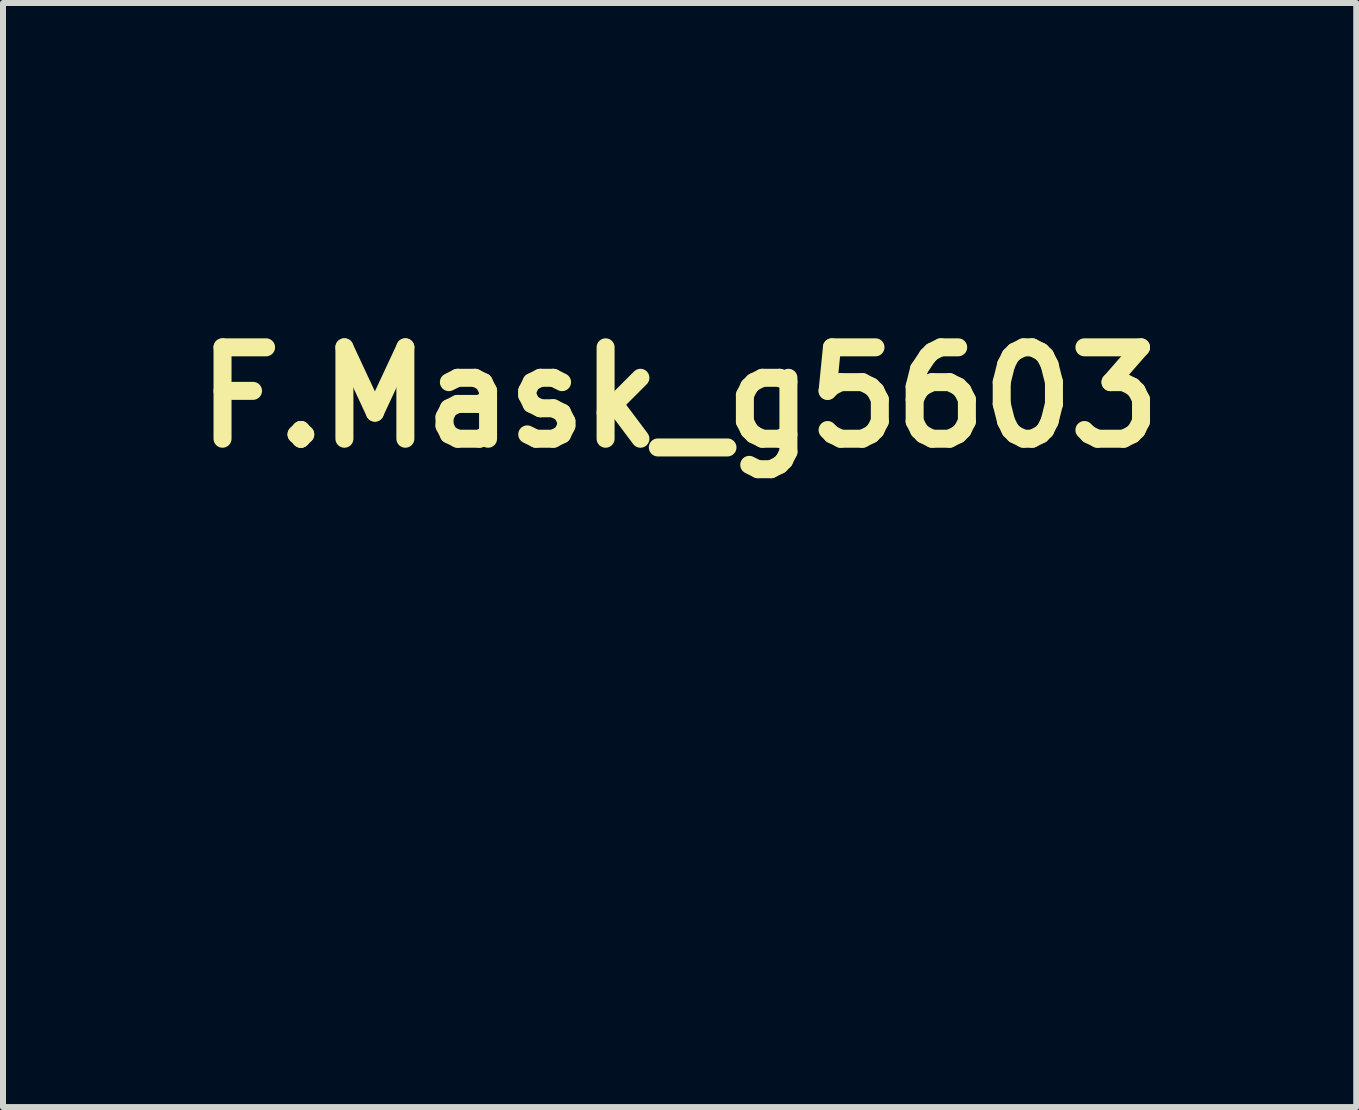
<source format=kicad_pcb>
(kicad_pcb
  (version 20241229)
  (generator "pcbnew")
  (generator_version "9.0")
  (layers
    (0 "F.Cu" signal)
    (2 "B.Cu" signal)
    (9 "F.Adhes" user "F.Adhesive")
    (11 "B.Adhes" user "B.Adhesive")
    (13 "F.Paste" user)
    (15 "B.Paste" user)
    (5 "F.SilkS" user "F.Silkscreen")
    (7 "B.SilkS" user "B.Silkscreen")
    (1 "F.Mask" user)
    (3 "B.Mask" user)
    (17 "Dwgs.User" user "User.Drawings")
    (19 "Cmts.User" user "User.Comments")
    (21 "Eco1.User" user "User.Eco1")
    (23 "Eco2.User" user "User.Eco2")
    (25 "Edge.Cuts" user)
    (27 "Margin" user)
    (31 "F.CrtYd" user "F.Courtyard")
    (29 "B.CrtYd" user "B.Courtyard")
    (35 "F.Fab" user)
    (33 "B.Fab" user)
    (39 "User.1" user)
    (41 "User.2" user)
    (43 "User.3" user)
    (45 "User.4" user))
  (footprint "F.Mask_g5603"
    (layer "F.Cu")
    (at 8.28 3.575)
    (property "Reference" "F.Mask_g5603" (at 0 0 0) (layer "F.SilkS") (effects (font (size 1.524 1.524) (thickness 0.3))))
    (attr through_hole)
    (fp_poly (pts (xy 8.165 3.354) (xy 8.189 3.356) (xy 8.203 3.359) (xy 8.204 3.36) (xy 8.2 3.372) (xy 8.19 3.395) (xy 8.176 3.426) (xy 8.159 3.459) (xy 8.142 3.493) (xy 8.126 3.523) (xy 8.113 3.544) (xy 8.109 3.55) (xy 8.093 3.568) (xy 8.081 3.571) (xy 8.071 3.56) (xy 8.07 3.558) (xy 8.065 3.543) (xy 8.059 3.517) (xy 8.053 3.484) (xy 8.047 3.449) (xy 8.042 3.415) (xy 8.038 3.386) (xy 8.038 3.368) (xy 8.039 3.363) (xy 8.05 3.359) (xy 8.073 3.357) (xy 8.102 3.355) (xy 8.135 3.354) (xy 8.165 3.354)) (stroke (width 0.01) (type solid)) (fill yes) (layer "F.Mask"))
    (fp_poly (pts (xy 0.362 4.26) (xy 0.746 4.26) (xy 1.126 4.26) (xy 1.501 4.26) (xy 1.871 4.26) (xy 2.232 4.26) (xy 2.584 4.26) (xy 2.926 4.26) (xy 3.255 4.261) (xy 3.57 4.261) (xy 3.866 4.261) (xy 7.755 4.263) (xy 7.72 4.322) (xy 7.673 4.402) (xy 7.628 4.478) (xy 7.586 4.548) (xy 7.548 4.611) (xy 7.515 4.665) (xy 7.489 4.707) (xy 7.479 4.722) (xy 7.434 4.792) (xy -7.493 4.792) (xy -7.524 4.743) (xy -7.537 4.724) (xy -7.557 4.692) (xy -7.582 4.65) (xy -7.612 4.6) (xy -7.645 4.546) (xy -7.679 4.489) (xy -7.685 4.479) (xy -7.815 4.263) (xy -3.919 4.261) (xy -3.619 4.261) (xy -3.303 4.261) (xy -2.973 4.26) (xy -2.631 4.26) (xy -2.278 4.26) (xy -1.916 4.26) (xy -1.547 4.26) (xy -1.171 4.26) (xy -0.791 4.26) (xy -0.407 4.26) (xy -0.023 4.26) (xy 0.362 4.26)) (stroke (width 0.01) (type solid)) (fill yes) (layer "F.Mask"))
    (fp_poly (pts (xy 7.758 3.401) (xy 7.762 3.436) (xy 7.766 3.478) (xy 7.769 3.512) (xy 7.775 3.573) (xy -8.162 3.573) (xy -8.213 3.471) (xy -8.231 3.433) (xy -8.247 3.4) (xy -8.258 3.376) (xy -8.263 3.363) (xy -8.263 3.361) (xy -8.256 3.361) (xy -8.232 3.36) (xy -8.193 3.36) (xy -8.138 3.359) (xy -8.068 3.359) (xy -7.982 3.358) (xy -7.879 3.358) (xy -7.761 3.358) (xy -7.627 3.357) (xy -7.477 3.357) (xy -7.311 3.356) (xy -7.129 3.356) (xy -6.931 3.356) (xy -6.717 3.355) (xy -6.487 3.355) (xy -6.24 3.355) (xy -5.977 3.355) (xy -5.698 3.354) (xy -5.403 3.354) (xy -5.091 3.354) (xy -4.762 3.354) (xy -4.417 3.354) (xy -4.056 3.353) (xy -3.678 3.353) (xy -3.284 3.353) (xy -2.872 3.353) (xy -2.445 3.353) (xy -2 3.353) (xy -1.538 3.353) (xy -1.06 3.353) (xy -0.565 3.353) (xy -0.255 3.353) (xy 7.753 3.353) (xy 7.758 3.401)) (stroke (width 0.01) (type solid)) (fill yes) (layer "F.Mask"))
    (fp_poly (pts (xy -1.102 -3.555) (xy -0.927 -3.525) (xy -0.754 -3.478) (xy -0.585 -3.416) (xy -0.422 -3.338) (xy -0.264 -3.245) (xy -0.248 -3.234) (xy -0.1 -3.125) (xy 0.037 -3.005) (xy 0.162 -2.873) (xy 0.275 -2.731) (xy 0.374 -2.581) (xy 0.461 -2.422) (xy 0.534 -2.256) (xy 0.593 -2.085) (xy 0.638 -1.908) (xy 0.668 -1.727) (xy 0.682 -1.542) (xy 0.681 -1.356) (xy 0.664 -1.168) (xy 0.66 -1.143) (xy 0.625 -0.956) (xy 0.573 -0.775) (xy 0.506 -0.599) (xy 0.424 -0.431) (xy 0.328 -0.271) (xy 0.217 -0.12) (xy 0.094 0.021) (xy -0.043 0.153) (xy -0.08 0.185) (xy -0.217 0.288) (xy -0.364 0.381) (xy -0.521 0.461) (xy -0.684 0.528) (xy -0.851 0.581) (xy -1.02 0.618) (xy -1.136 0.635) (xy -1.182 0.638) (xy -1.24 0.641) (xy -1.305 0.642) (xy -1.374 0.642) (xy -1.442 0.641) (xy -1.504 0.639) (xy -1.555 0.636) (xy -1.575 0.634) (xy -1.751 0.606) (xy -1.921 0.562) (xy -2.087 0.503) (xy -2.246 0.43) (xy -2.398 0.344) (xy -2.542 0.244) (xy -2.678 0.132) (xy -2.804 0.009) (xy -2.919 -0.124) (xy -3.024 -0.268) (xy -3.117 -0.42) (xy -3.198 -0.582) (xy -3.265 -0.75) (xy -3.317 -0.926) (xy -3.335 -1) (xy -3.367 -1.187) (xy -3.382 -1.376) (xy -3.381 -1.565) (xy -3.364 -1.753) (xy -3.331 -1.939) (xy -3.281 -2.121) (xy -3.216 -2.299) (xy -3.162 -2.417) (xy -3.072 -2.582) (xy -2.97 -2.737) (xy -2.855 -2.88) (xy -2.73 -3.012) (xy -2.594 -3.131) (xy -2.448 -3.237) (xy -2.294 -3.33) (xy -2.131 -3.409) (xy -1.961 -3.473) (xy -1.817 -3.514) (xy -1.639 -3.549) (xy -1.459 -3.568) (xy -1.28 -3.57) (xy -1.102 -3.555)) (stroke (width 0.01) (type solid)) (fill yes) (layer "F.Mask"))
    (fp_poly (pts (xy 0.77 5.386) (xy 1.066 5.386) (xy 1.36 5.386) (xy 1.652 5.386) (xy 1.941 5.386) (xy 2.227 5.386) (xy 2.509 5.386) (xy 2.786 5.386) (xy 3.059 5.386) (xy 3.327 5.386) (xy 3.59 5.386) (xy 3.846 5.386) (xy 4.095 5.387) (xy 4.338 5.387) (xy 4.572 5.387) (xy 4.799 5.387) (xy 5.017 5.387) (xy 5.227 5.387) (xy 5.426 5.388) (xy 5.616 5.388) (xy 5.796 5.388) (xy 5.964 5.388) (xy 6.121 5.389) (xy 6.266 5.389) (xy 6.399 5.389) (xy 6.519 5.39) (xy 6.625 5.39) (xy 6.718 5.39) (xy 6.796 5.39) (xy 6.86 5.391) (xy 6.908 5.391) (xy 6.941 5.392) (xy 6.957 5.392) (xy 6.959 5.392) (xy 7.005 5.397) (xy 6.943 5.474) (xy 6.893 5.534) (xy 6.835 5.602) (xy 6.771 5.676) (xy 6.705 5.751) (xy 6.639 5.824) (xy 6.578 5.891) (xy 6.563 5.907) (xy 6.459 6.02) (xy -6.518 6.02) (xy -6.623 5.907) (xy -6.671 5.855) (xy -6.722 5.799) (xy -6.773 5.741) (xy -6.824 5.683) (xy -6.873 5.627) (xy -6.919 5.573) (xy -6.96 5.523) (xy -6.997 5.48) (xy -7.026 5.443) (xy -7.047 5.416) (xy -7.059 5.398) (xy -7.061 5.393) (xy -7.053 5.392) (xy -7.028 5.392) (xy -6.987 5.392) (xy -6.931 5.391) (xy -6.86 5.391) (xy -6.774 5.391) (xy -6.674 5.39) (xy -6.56 5.39) (xy -6.434 5.39) (xy -6.295 5.389) (xy -6.143 5.389) (xy -5.98 5.389) (xy -5.806 5.389) (xy -5.621 5.388) (xy -5.426 5.388) (xy -5.222 5.388) (xy -5.008 5.388) (xy -4.785 5.387) (xy -4.554 5.387) (xy -4.315 5.387) (xy -4.069 5.387) (xy -3.816 5.387) (xy -3.557 5.387) (xy -3.291 5.386) (xy -3.021 5.386) (xy -2.745 5.386) (xy -2.465 5.386) (xy -2.181 5.386) (xy -1.894 5.386) (xy -1.603 5.386) (xy -1.31 5.386) (xy -1.015 5.386) (xy -0.719 5.386) (xy -0.421 5.386) (xy -0.123 5.386) (xy 0.175 5.386) (xy 0.473 5.386) (xy 0.77 5.386)) (stroke (width 0.01) (type solid)) (fill yes) (layer "F.Mask"))
    (fp_poly (pts (xy 1.833 6.511) (xy 2.088 6.511) (xy 2.34 6.511) (xy 2.588 6.511) (xy 2.832 6.511) (xy 3.07 6.511) (xy 3.304 6.511) (xy 3.531 6.512) (xy 3.752 6.512) (xy 3.965 6.512) (xy 4.171 6.512) (xy 4.368 6.512) (xy 4.557 6.513) (xy 4.737 6.513) (xy 4.907 6.513) (xy 5.066 6.513) (xy 5.214 6.514) (xy 5.351 6.514) (xy 5.476 6.514) (xy 5.588 6.515) (xy 5.688 6.515) (xy 5.773 6.515) (xy 5.845 6.516) (xy 5.901 6.516) (xy 5.943 6.516) (xy 5.968 6.517) (xy 5.977 6.517) (xy 5.977 6.517) (xy 5.971 6.525) (xy 5.954 6.541) (xy 5.928 6.565) (xy 5.895 6.594) (xy 5.856 6.628) (xy 5.848 6.634) (xy 5.713 6.748) (xy 5.577 6.859) (xy 5.443 6.965) (xy 5.312 7.064) (xy 5.188 7.155) (xy 5.093 7.221) (xy 4.992 7.29) (xy -0.033 7.289) (xy -5.059 7.289) (xy -5.173 7.208) (xy -5.335 7.091) (xy -5.486 6.978) (xy -5.624 6.87) (xy -5.636 6.861) (xy -5.679 6.826) (xy -5.726 6.787) (xy -5.775 6.746) (xy -5.825 6.704) (xy -5.873 6.663) (xy -5.917 6.625) (xy -5.956 6.592) (xy -5.986 6.565) (xy -6.007 6.546) (xy -6.013 6.539) (xy -6.015 6.537) (xy -6.016 6.535) (xy -6.015 6.534) (xy -6.012 6.532) (xy -6.006 6.531) (xy -5.996 6.53) (xy -5.982 6.528) (xy -5.964 6.527) (xy -5.94 6.526) (xy -5.91 6.526) (xy -5.873 6.525) (xy -5.828 6.524) (xy -5.775 6.523) (xy -5.714 6.523) (xy -5.643 6.522) (xy -5.562 6.522) (xy -5.47 6.521) (xy -5.367 6.521) (xy -5.252 6.52) (xy -5.124 6.52) (xy -4.982 6.519) (xy -4.827 6.518) (xy -4.657 6.518) (xy -4.471 6.517) (xy -4.269 6.517) (xy -4.193 6.517) (xy -4.042 6.516) (xy -3.88 6.516) (xy -3.708 6.515) (xy -3.526 6.515) (xy -3.335 6.515) (xy -3.135 6.514) (xy -2.928 6.514) (xy -2.712 6.514) (xy -2.49 6.513) (xy -2.261 6.513) (xy -2.027 6.513) (xy -1.787 6.512) (xy -1.542 6.512) (xy -1.293 6.512) (xy -1.04 6.512) (xy -0.784 6.512) (xy -0.525 6.512) (xy -0.264 6.511) (xy -0.002 6.511) (xy 0.261 6.511) (xy 0.525 6.511) (xy 0.789 6.511) (xy 1.052 6.511) (xy 1.314 6.511) (xy 1.574 6.511) (xy 1.833 6.511)) (stroke (width 0.01) (type solid)) (fill yes) (layer "F.Mask"))
    (fp_poly (pts (xy 0.777 7.578) (xy 1.005 7.578) (xy 1.231 7.578) (xy 1.455 7.578) (xy 1.675 7.578) (xy 1.892 7.578) (xy 2.105 7.578) (xy 2.312 7.579) (xy 2.514 7.579) (xy 2.71 7.579) (xy 2.899 7.579) (xy 3.08 7.579) (xy 3.253 7.58) (xy 3.418 7.58) (xy 3.573 7.58) (xy 3.719 7.58) (xy 3.853 7.581) (xy 3.977 7.581) (xy 4.089 7.582) (xy 4.188 7.582) (xy 4.274 7.582) (xy 4.347 7.583) (xy 4.405 7.583) (xy 4.448 7.584) (xy 4.476 7.584) (xy 4.487 7.585) (xy 4.487 7.585) (xy 4.48 7.592) (xy 4.459 7.606) (xy 4.426 7.626) (xy 4.382 7.652) (xy 4.329 7.681) (xy 4.269 7.714) (xy 4.203 7.749) (xy 4.132 7.786) (xy 4.058 7.824) (xy 3.983 7.863) (xy 3.908 7.901) (xy 3.834 7.937) (xy 3.764 7.971) (xy 3.698 8.003) (xy 3.675 8.014) (xy 3.324 8.167) (xy 2.968 8.304) (xy 2.607 8.426) (xy 2.24 8.533) (xy 1.866 8.623) (xy 1.485 8.699) (xy 1.097 8.759) (xy 1.008 8.771) (xy 0.921 8.782) (xy 0.843 8.791) (xy 0.772 8.799) (xy 0.704 8.805) (xy 0.638 8.81) (xy 0.572 8.815) (xy 0.502 8.818) (xy 0.427 8.821) (xy 0.345 8.823) (xy 0.252 8.824) (xy 0.148 8.825) (xy 0.029 8.826) (xy 0.025 8.826) (xy -0.067 8.827) (xy -0.157 8.827) (xy -0.243 8.827) (xy -0.323 8.827) (xy -0.394 8.826) (xy -0.455 8.825) (xy -0.505 8.824) (xy -0.54 8.823) (xy -0.555 8.822) (xy -0.715 8.809) (xy -0.861 8.795) (xy -0.999 8.78) (xy -1.13 8.764) (xy -1.258 8.746) (xy -1.388 8.726) (xy -1.47 8.712) (xy -1.841 8.641) (xy -2.21 8.554) (xy -2.575 8.452) (xy -2.935 8.336) (xy -3.288 8.205) (xy -3.632 8.06) (xy -3.677 8.04) (xy -3.746 8.008) (xy -3.821 7.973) (xy -3.898 7.935) (xy -3.977 7.896) (xy -4.056 7.857) (xy -4.133 7.817) (xy -4.207 7.778) (xy -4.277 7.741) (xy -4.341 7.707) (xy -4.397 7.675) (xy -4.445 7.648) (xy -4.482 7.625) (xy -4.508 7.608) (xy -4.52 7.598) (xy -4.521 7.595) (xy -4.513 7.594) (xy -4.489 7.593) (xy -4.45 7.592) (xy -4.398 7.591) (xy -4.333 7.59) (xy -4.256 7.589) (xy -4.17 7.588) (xy -4.074 7.587) (xy -3.97 7.586) (xy -3.859 7.585) (xy -3.742 7.584) (xy -3.631 7.583) (xy -3.545 7.583) (xy -3.447 7.582) (xy -3.336 7.582) (xy -3.213 7.581) (xy -3.079 7.581) (xy -2.934 7.581) (xy -2.779 7.58) (xy -2.615 7.58) (xy -2.442 7.58) (xy -2.261 7.579) (xy -2.072 7.579) (xy -1.877 7.579) (xy -1.675 7.579) (xy -1.468 7.579) (xy -1.256 7.578) (xy -1.039 7.578) (xy -0.819 7.578) (xy -0.595 7.578) (xy -0.369 7.578) (xy -0.141 7.578) (xy 0.088 7.578) (xy 0.318 7.578) (xy 0.548 7.578) (xy 0.777 7.578)) (stroke (width 0.01) (type solid)) (fill yes) (layer "F.Mask")))
  (gr_rect
    (start -3 -3)
    (end 19.561 15.407)
    (stroke (width 0.1) (type default))
    (fill no)
    (layer "Edge.Cuts")))
</source>
